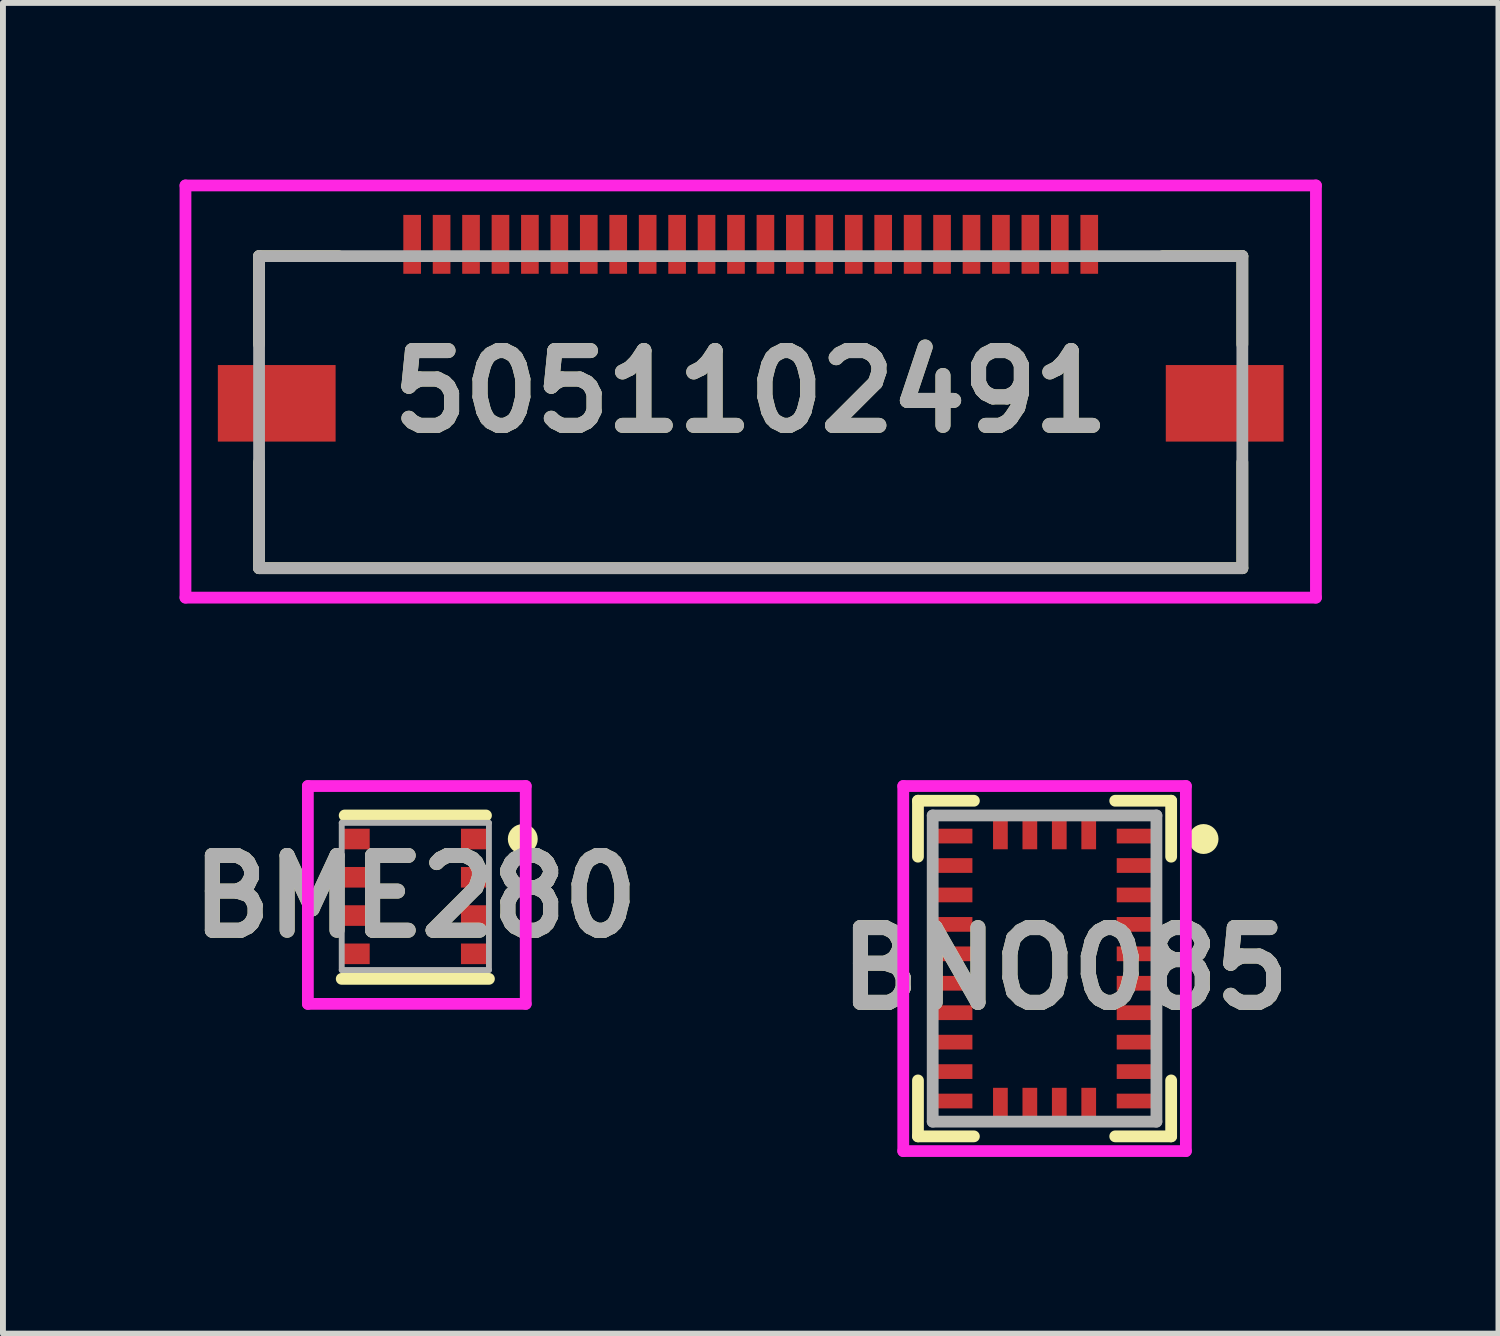
<source format=kicad_pcb>
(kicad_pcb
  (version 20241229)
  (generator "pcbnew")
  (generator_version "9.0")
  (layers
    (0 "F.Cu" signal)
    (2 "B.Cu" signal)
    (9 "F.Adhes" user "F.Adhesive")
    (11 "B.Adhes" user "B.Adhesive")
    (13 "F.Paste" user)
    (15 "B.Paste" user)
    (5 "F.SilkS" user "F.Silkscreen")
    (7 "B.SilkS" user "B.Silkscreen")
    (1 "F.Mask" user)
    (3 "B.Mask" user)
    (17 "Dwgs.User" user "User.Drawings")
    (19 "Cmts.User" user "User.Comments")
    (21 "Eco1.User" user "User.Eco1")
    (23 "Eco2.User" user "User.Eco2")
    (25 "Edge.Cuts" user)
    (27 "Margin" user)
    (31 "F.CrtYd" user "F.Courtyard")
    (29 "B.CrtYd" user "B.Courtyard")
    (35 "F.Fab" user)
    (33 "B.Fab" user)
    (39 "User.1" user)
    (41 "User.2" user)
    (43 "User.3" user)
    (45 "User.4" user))
  (footprint "BME280"
    (layer "F.Cu")
    (at 4.004 12.175)
    (property "Reference" "BME280" (at 0 0 0) (layer "F.SilkS") (effects (font (size 1.27 1.27) (thickness 0.254))))
    (attr smd)
    (fp_line (start -1.25 1.4) (end 1.25 1.4) (stroke (width 0.2) (type default)) (layer "F.SilkS"))
    (fp_line (start -1.2 -1.375) (end 1.2 -1.375) (stroke (width 0.2) (type default)) (layer "F.SilkS"))
    (fp_circle (center 1.825 -0.975) (end 1.952 -0.975) (stroke (width 0.254) (type solid)) (fill no) (layer "F.SilkS"))
    (fp_line (start -1.825 -1.875) (end -1.825 1.825) (stroke (width 0.2) (type default)) (layer "F.CrtYd"))
    (fp_line (start -1.825 -1.875) (end 1.875 -1.875) (stroke (width 0.2) (type default)) (layer "F.CrtYd"))
    (fp_line (start -1.825 1.825) (end 1.875 1.825) (stroke (width 0.2) (type default)) (layer "F.CrtYd"))
    (fp_line (start 1.875 -1.875) (end 1.875 1.825) (stroke (width 0.2) (type default)) (layer "F.CrtYd"))
    (fp_line (start -1.25 -1.25) (end 1.25 -1.25) (stroke (width 0.1) (type solid)) (layer "F.Fab"))
    (fp_line (start -1.25 1.25) (end -1.25 -1.25) (stroke (width 0.1) (type solid)) (layer "F.Fab"))
    (fp_line (start 1.25 -1.25) (end 1.25 1.25) (stroke (width 0.1) (type solid)) (layer "F.Fab"))
    (fp_line (start 1.25 1.25) (end -1.25 1.25) (stroke (width 0.1) (type solid)) (layer "F.Fab"))
    (fp_text user "${REFERENCE}" (at 0 0 0) (layer "F.Fab") (effects (font (size 1.27 1.27) (thickness 0.254))))
    (pad "1" smd rect (at 1.025 -0.975 90) (size 0.35 0.5) (layers "F.Cu" "F.Mask" "F.Paste"))
    (pad "2" smd rect (at 1.025 -0.325 90) (size 0.35 0.5) (layers "F.Cu" "F.Mask" "F.Paste"))
    (pad "3" smd rect (at 1.025 0.325 90) (size 0.35 0.5) (layers "F.Cu" "F.Mask" "F.Paste"))
    (pad "4" smd rect (at 1.025 0.975 90) (size 0.35 0.5) (layers "F.Cu" "F.Mask" "F.Paste"))
    (pad "5" smd rect (at -1.025 0.975 90) (size 0.35 0.5) (layers "F.Cu" "F.Mask" "F.Paste"))
    (pad "6" smd rect (at -1.025 0.325 90) (size 0.35 0.5) (layers "F.Cu" "F.Mask" "F.Paste"))
    (pad "7" smd rect (at -1.025 -0.325 90) (size 0.35 0.5) (layers "F.Cu" "F.Mask" "F.Paste"))
    (pad "8" smd rect (at -1.025 -0.975 90) (size 0.35 0.5) (layers "F.Cu" "F.Mask" "F.Paste")))
  (footprint "5051102491"
    (layer "F.Cu")
    (at 9.7 3.8)
    (property "Reference" "5051102491" (at 0 -0.2 0) (layer "F.SilkS") (effects (font (size 1.27 1.27) (thickness 0.254))))
    (attr smd)
    (fp_line (start -8.35 -2.5) (end -7 -2.5) (stroke (width 0.2) (type solid)) (layer "F.SilkS"))
    (fp_line (start -8.35 -1) (end -8.35 -2.5) (stroke (width 0.2) (type solid)) (layer "F.SilkS"))
    (fp_line (start -8.35 1) (end -8.35 2.8) (stroke (width 0.2) (type solid)) (layer "F.SilkS"))
    (fp_line (start -8.35 2.8) (end 8.35 2.8) (stroke (width 0.2) (type solid)) (layer "F.SilkS"))
    (fp_line (start 7 -2.5) (end 8.35 -2.5) (stroke (width 0.2) (type solid)) (layer "F.SilkS"))
    (fp_line (start 8.35 -2.5) (end 8.35 -1) (stroke (width 0.2) (type solid)) (layer "F.SilkS"))
    (fp_line (start 8.35 2.8) (end 8.35 1) (stroke (width 0.2) (type solid)) (layer "F.SilkS"))
    (fp_line (start -9.6 -3.7) (end 9.6 -3.7) (stroke (width 0.2) (type solid)) (layer "F.CrtYd"))
    (fp_line (start -9.6 3.3) (end -9.6 -3.7) (stroke (width 0.2) (type solid)) (layer "F.CrtYd"))
    (fp_line (start 9.6 -3.7) (end 9.6 3.3) (stroke (width 0.2) (type solid)) (layer "F.CrtYd"))
    (fp_line (start 9.6 3.3) (end -9.6 3.3) (stroke (width 0.2) (type solid)) (layer "F.CrtYd"))
    (fp_line (start -8.35 -2.5) (end 8.35 -2.5) (stroke (width 0.2) (type solid)) (layer "F.Fab"))
    (fp_line (start -8.35 2.8) (end -8.35 -2.5) (stroke (width 0.2) (type solid)) (layer "F.Fab"))
    (fp_line (start 8.35 -2.5) (end 8.35 2.8) (stroke (width 0.2) (type solid)) (layer "F.Fab"))
    (fp_line (start 8.35 2.8) (end -8.35 2.8) (stroke (width 0.2) (type solid)) (layer "F.Fab"))
    (fp_text user "${REFERENCE}" (at 0 -0.2 0) (layer "F.Fab") (effects (font (size 1.27 1.27) (thickness 0.254))))
    (pad "1" smd rect (at -5.75 -2.7) (size 0.3 1) (layers "F.Cu" "F.Mask" "F.Paste"))
    (pad "2" smd rect (at -5.25 -2.7) (size 0.3 1) (layers "F.Cu" "F.Mask" "F.Paste"))
    (pad "3" smd rect (at -4.75 -2.7) (size 0.3 1) (layers "F.Cu" "F.Mask" "F.Paste"))
    (pad "4" smd rect (at -4.25 -2.7) (size 0.3 1) (layers "F.Cu" "F.Mask" "F.Paste"))
    (pad "5" smd rect (at -3.75 -2.7) (size 0.3 1) (layers "F.Cu" "F.Mask" "F.Paste"))
    (pad "6" smd rect (at -3.25 -2.7) (size 0.3 1) (layers "F.Cu" "F.Mask" "F.Paste"))
    (pad "7" smd rect (at -2.75 -2.7) (size 0.3 1) (layers "F.Cu" "F.Mask" "F.Paste"))
    (pad "8" smd rect (at -2.25 -2.7) (size 0.3 1) (layers "F.Cu" "F.Mask" "F.Paste"))
    (pad "9" smd rect (at -1.75 -2.7) (size 0.3 1) (layers "F.Cu" "F.Mask" "F.Paste"))
    (pad "10" smd rect (at -1.25 -2.7) (size 0.3 1) (layers "F.Cu" "F.Mask" "F.Paste"))
    (pad "11" smd rect (at -0.75 -2.7) (size 0.3 1) (layers "F.Cu" "F.Mask" "F.Paste"))
    (pad "12" smd rect (at -0.25 -2.7) (size 0.3 1) (layers "F.Cu" "F.Mask" "F.Paste"))
    (pad "13" smd rect (at 0.25 -2.7) (size 0.3 1) (layers "F.Cu" "F.Mask" "F.Paste"))
    (pad "14" smd rect (at 0.75 -2.7) (size 0.3 1) (layers "F.Cu" "F.Mask" "F.Paste"))
    (pad "15" smd rect (at 1.25 -2.7) (size 0.3 1) (layers "F.Cu" "F.Mask" "F.Paste"))
    (pad "16" smd rect (at 1.75 -2.7) (size 0.3 1) (layers "F.Cu" "F.Mask" "F.Paste"))
    (pad "17" smd rect (at 2.25 -2.7) (size 0.3 1) (layers "F.Cu" "F.Mask" "F.Paste"))
    (pad "18" smd rect (at 2.75 -2.7) (size 0.3 1) (layers "F.Cu" "F.Mask" "F.Paste"))
    (pad "19" smd rect (at 3.25 -2.7) (size 0.3 1) (layers "F.Cu" "F.Mask" "F.Paste"))
    (pad "20" smd rect (at 3.75 -2.7) (size 0.3 1) (layers "F.Cu" "F.Mask" "F.Paste"))
    (pad "21" smd rect (at 4.25 -2.7) (size 0.3 1) (layers "F.Cu" "F.Mask" "F.Paste"))
    (pad "22" smd rect (at 4.75 -2.7) (size 0.3 1) (layers "F.Cu" "F.Mask" "F.Paste"))
    (pad "23" smd rect (at 5.25 -2.7) (size 0.3 1) (layers "F.Cu" "F.Mask" "F.Paste"))
    (pad "24" smd rect (at 5.75 -2.7) (size 0.3 1) (layers "F.Cu" "F.Mask" "F.Paste"))
    (pad "25" smd rect (at 8.05 0 90) (size 1.3 2) (layers "F.Cu" "F.Mask" "F.Paste"))
    (pad "26" smd rect (at -8.05 0 90) (size 1.3 2) (layers "F.Cu" "F.Mask" "F.Paste")))
  (footprint "BNO085"
    (layer "F.Cu")
    (at 14.691 13.4)
    (property "Reference" "BNO085" (at 0.35 0 0) (layer "F.SilkS") (effects (font (size 1.27 1.27) (thickness 0.254))))
    (attr smd)
    (fp_line (start -2.15 -2.85) (end -2.15 -1.9) (stroke (width 0.2) (type default)) (layer "F.SilkS"))
    (fp_line (start -2.15 -2.85) (end -1.2 -2.85) (stroke (width 0.2) (type default)) (layer "F.SilkS"))
    (fp_line (start -2.15 2.85) (end -2.15 1.9) (stroke (width 0.2) (type default)) (layer "F.SilkS"))
    (fp_line (start -2.15 2.85) (end -1.2 2.85) (stroke (width 0.2) (type default)) (layer "F.SilkS"))
    (fp_line (start 2.15 -2.85) (end 1.2 -2.85) (stroke (width 0.2) (type default)) (layer "F.SilkS"))
    (fp_line (start 2.15 -2.85) (end 2.15 -1.9) (stroke (width 0.2) (type default)) (layer "F.SilkS"))
    (fp_line (start 2.15 2.85) (end 1.2 2.85) (stroke (width 0.2) (type default)) (layer "F.SilkS"))
    (fp_line (start 2.15 2.85) (end 2.15 1.9) (stroke (width 0.2) (type default)) (layer "F.SilkS"))
    (fp_circle (center 2.7 -2.2) (end 2.827 -2.2) (stroke (width 0.254) (type solid)) (fill no) (layer "F.SilkS"))
    (fp_line (start -2.4 -3.1) (end 2.4 -3.1) (stroke (width 0.2) (type solid)) (layer "F.CrtYd"))
    (fp_line (start -2.4 3.1) (end -2.4 -3.1) (stroke (width 0.2) (type solid)) (layer "F.CrtYd"))
    (fp_line (start 2.4 -3.1) (end 2.4 3.1) (stroke (width 0.2) (type solid)) (layer "F.CrtYd"))
    (fp_line (start 2.4 3.1) (end -2.4 3.1) (stroke (width 0.2) (type solid)) (layer "F.CrtYd"))
    (fp_line (start -1.9 -2.6) (end -1.9 2.6) (stroke (width 0.2) (type solid)) (layer "F.Fab"))
    (fp_line (start -1.9 2.6) (end 1.9 2.6) (stroke (width 0.2) (type solid)) (layer "F.Fab"))
    (fp_line (start 1.9 -2.6) (end -1.9 -2.6) (stroke (width 0.2) (type solid)) (layer "F.Fab"))
    (fp_line (start 1.9 2.6) (end 1.9 -2.6) (stroke (width 0.2) (type solid)) (layer "F.Fab"))
    (fp_text user "${REFERENCE}" (at 0.35 0 0) (layer "F.Fab") (effects (font (size 1.27 1.27) (thickness 0.254))))
    (pad "1" smd rect (at 1.563 -2.25 90) (size 0.25 0.675) (layers "F.Cu" "F.Mask" "F.Paste"))
    (pad "2" smd rect (at 0.75 -2.313) (size 0.25 0.575) (layers "F.Cu" "F.Mask" "F.Paste"))
    (pad "3" smd rect (at 0.25 -2.313) (size 0.25 0.575) (layers "F.Cu" "F.Mask" "F.Paste"))
    (pad "4" smd rect (at -0.25 -2.313) (size 0.25 0.575) (layers "F.Cu" "F.Mask" "F.Paste"))
    (pad "5" smd rect (at -0.75 -2.313) (size 0.25 0.575) (layers "F.Cu" "F.Mask" "F.Paste"))
    (pad "6" smd rect (at -1.563 -2.25 90) (size 0.25 0.675) (layers "F.Cu" "F.Mask" "F.Paste"))
    (pad "7" smd rect (at -1.563 -1.75 90) (size 0.25 0.675) (layers "F.Cu" "F.Mask" "F.Paste"))
    (pad "8" smd rect (at -1.563 -1.25 90) (size 0.25 0.675) (layers "F.Cu" "F.Mask" "F.Paste"))
    (pad "9" smd rect (at -1.563 -0.75 90) (size 0.25 0.675) (layers "F.Cu" "F.Mask" "F.Paste"))
    (pad "10" smd rect (at -1.563 -0.25 90) (size 0.25 0.675) (layers "F.Cu" "F.Mask" "F.Paste"))
    (pad "11" smd rect (at -1.563 0.25 90) (size 0.25 0.675) (layers "F.Cu" "F.Mask" "F.Paste"))
    (pad "12" smd rect (at -1.563 0.75 90) (size 0.25 0.675) (layers "F.Cu" "F.Mask" "F.Paste"))
    (pad "13" smd rect (at -1.563 1.25 90) (size 0.25 0.675) (layers "F.Cu" "F.Mask" "F.Paste"))
    (pad "14" smd rect (at -1.563 1.75 90) (size 0.25 0.675) (layers "F.Cu" "F.Mask" "F.Paste"))
    (pad "15" smd rect (at -1.563 2.25 90) (size 0.25 0.675) (layers "F.Cu" "F.Mask" "F.Paste"))
    (pad "16" smd rect (at -0.75 2.313) (size 0.25 0.575) (layers "F.Cu" "F.Mask" "F.Paste"))
    (pad "17" smd rect (at -0.25 2.313) (size 0.25 0.575) (layers "F.Cu" "F.Mask" "F.Paste"))
    (pad "18" smd rect (at 0.25 2.313) (size 0.25 0.575) (layers "F.Cu" "F.Mask" "F.Paste"))
    (pad "19" smd rect (at 0.75 2.313) (size 0.25 0.575) (layers "F.Cu" "F.Mask" "F.Paste"))
    (pad "20" smd rect (at 1.563 2.25 90) (size 0.25 0.675) (layers "F.Cu" "F.Mask" "F.Paste"))
    (pad "21" smd rect (at 1.563 1.75 90) (size 0.25 0.675) (layers "F.Cu" "F.Mask" "F.Paste"))
    (pad "22" smd rect (at 1.563 1.25 90) (size 0.25 0.675) (layers "F.Cu" "F.Mask" "F.Paste"))
    (pad "23" smd rect (at 1.563 0.75 90) (size 0.25 0.675) (layers "F.Cu" "F.Mask" "F.Paste"))
    (pad "24" smd rect (at 1.563 0.25 90) (size 0.25 0.675) (layers "F.Cu" "F.Mask" "F.Paste"))
    (pad "25" smd rect (at 1.563 -0.25 90) (size 0.25 0.675) (layers "F.Cu" "F.Mask" "F.Paste"))
    (pad "26" smd rect (at 1.563 -0.75 90) (size 0.25 0.675) (layers "F.Cu" "F.Mask" "F.Paste"))
    (pad "27" smd rect (at 1.563 -1.25 90) (size 0.25 0.675) (layers "F.Cu" "F.Mask" "F.Paste"))
    (pad "28" smd rect (at 1.563 -1.75 90) (size 0.25 0.675) (layers "F.Cu" "F.Mask" "F.Paste")))
  (gr_rect
    (start -3 -3)
    (end 22.4 19.6)
    (stroke (width 0.1) (type default))
    (fill no)
    (layer "Edge.Cuts")))
</source>
